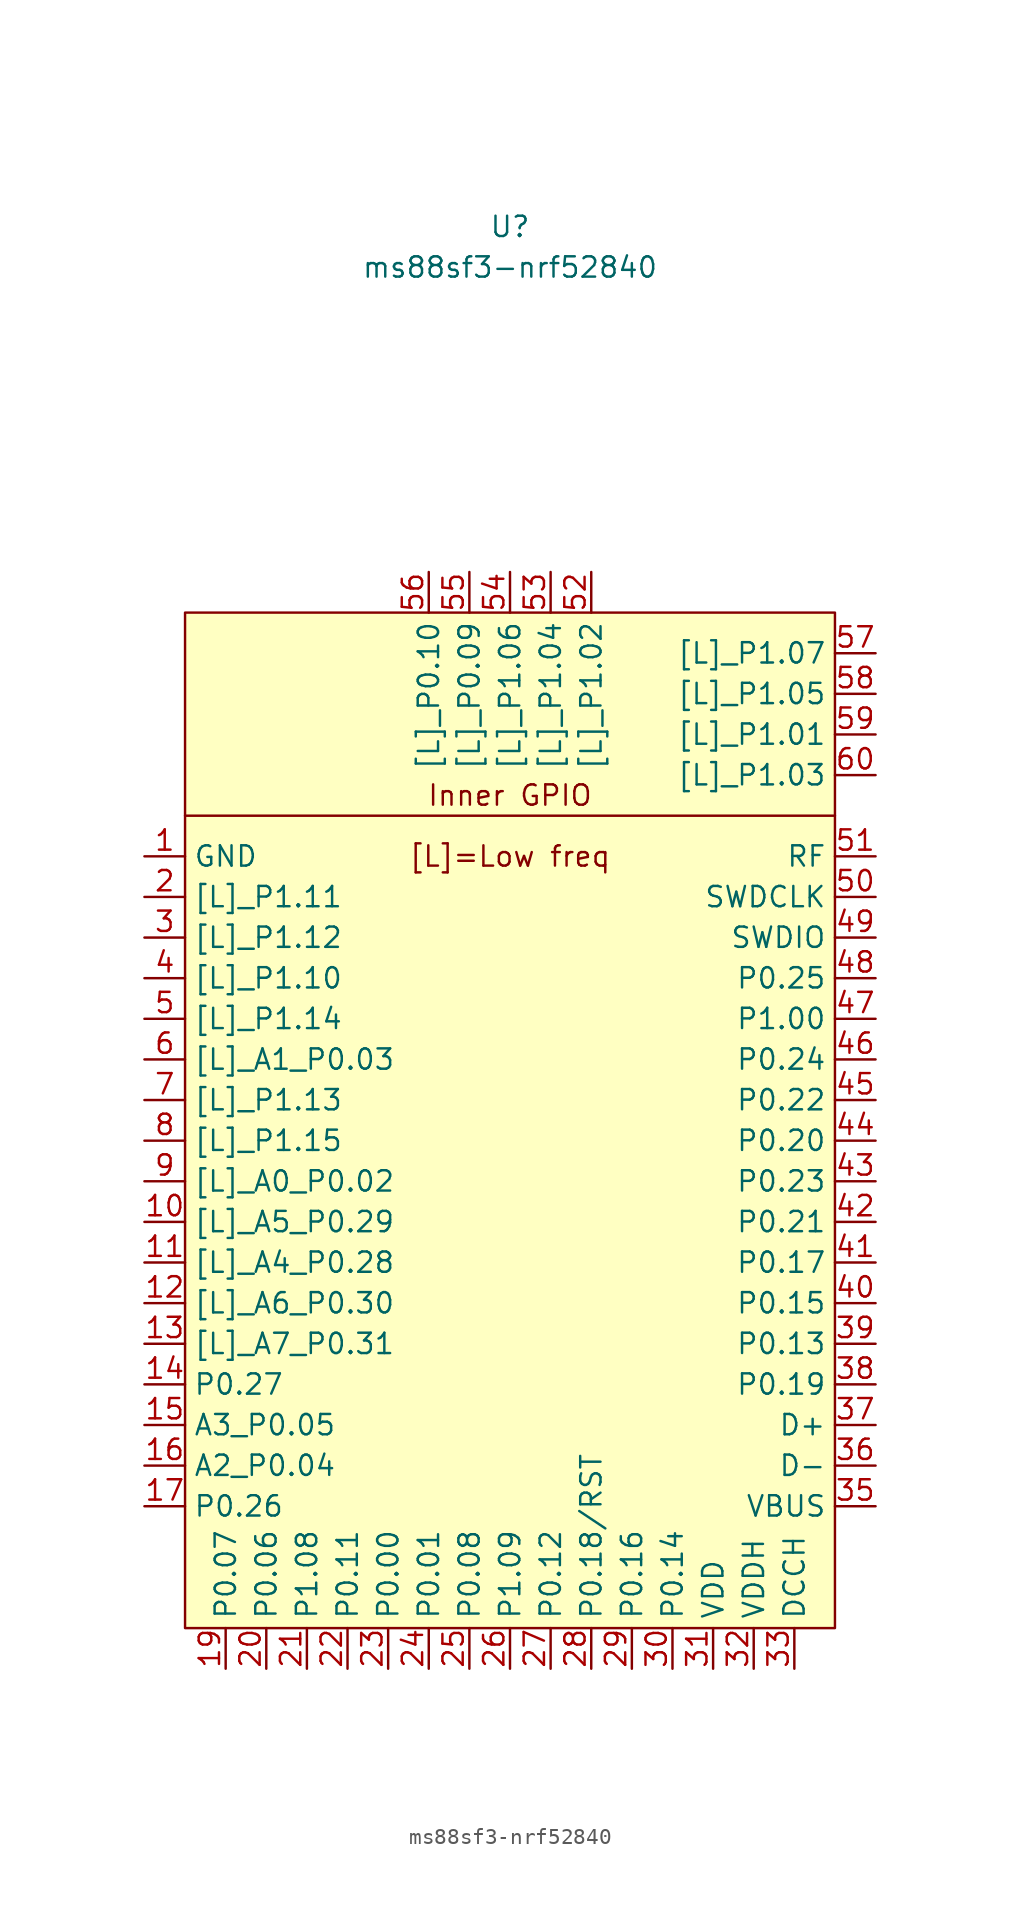
<source format=kicad_sym>
(kicad_symbol_lib
  (version 20220914)
  (generator kicad_symbol_editor)
  (symbol "ms88sf3-nrf52840"
    (property "Reference" "U"
      (at 0 53.34 0)
      (effects (font (size 1.27 1.27))))
    (property "Value" "ms88sf3-nrf52840"
      (at 0 50.8 0)
      (effects (font (size 1.27 1.27))))
    (symbol "ms88sf3-nrf52840_0_0"
      (text "[L]=Low freq" (at 0 13.97 0) (effects (font (size 1.27 1.27)))))
    (symbol "ms88sf3-nrf52840_1_1"
      (rectangle (start -20.32 29.21) (end 20.32 -34.29) (stroke (width 0.152) (type default)) (fill (type background)))
      (polyline (pts (xy -20.32 16.51) (xy 20.32 16.51)) (stroke (width 0.152) (type default)) (fill (type none)))
      (text "Inner GPIO" (at 0 17.78 0) (effects (font (size 1.27 1.27))))
      (pin power_in line (at -22.86 13.97 0) (length 2.54) (name "GND" (effects (font (size 1.27 1.27)))) (number "1" (effects (font (size 1.27 1.27)))))
      (pin bidirectional line (at -22.86 -8.89 0) (length 2.54) (name "[L]_A5_P0.29" (effects (font (size 1.27 1.27)))) (number "10" (effects (font (size 1.27 1.27)))))
      (pin bidirectional line (at -22.86 -11.43 0) (length 2.54) (name "[L]_A4_P0.28" (effects (font (size 1.27 1.27)))) (number "11" (effects (font (size 1.27 1.27)))))
      (pin bidirectional line (at -22.86 -13.97 0) (length 2.54) (name "[L]_A6_P0.30" (effects (font (size 1.27 1.27)))) (number "12" (effects (font (size 1.27 1.27)))))
      (pin bidirectional line (at -22.86 -16.51 0) (length 2.54) (name "[L]_A7_P0.31" (effects (font (size 1.27 1.27)))) (number "13" (effects (font (size 1.27 1.27)))))
      (pin bidirectional line (at -22.86 -19.05 0) (length 2.54) (name "P0.27" (effects (font (size 1.27 1.27)))) (number "14" (effects (font (size 1.27 1.27)))))
      (pin bidirectional line (at -22.86 -21.59 0) (length 2.54) (name "A3_P0.05" (effects (font (size 1.27 1.27)))) (number "15" (effects (font (size 1.27 1.27)))))
      (pin bidirectional line (at -22.86 -24.13 0) (length 2.54) (name "A2_P0.04" (effects (font (size 1.27 1.27)))) (number "16" (effects (font (size 1.27 1.27)))))
      (pin bidirectional line (at -22.86 -26.67 0) (length 2.54) (name "P0.26" (effects (font (size 1.27 1.27)))) (number "17" (effects (font (size 1.27 1.27)))))
      (pin power_in line (at -22.86 13.97 0) (length 2.54) hide (name "GND" (effects (font (size 1.27 1.27)))) (number "18" (effects (font (size 1.27 1.27)))))
      (pin bidirectional line (at -17.78 -36.83 90) (length 2.54) (name "P0.07" (effects (font (size 1.27 1.27)))) (number "19" (effects (font (size 1.27 1.27)))))
      (pin bidirectional line (at -22.86 11.43 0) (length 2.54) (name "[L]_P1.11" (effects (font (size 1.27 1.27)))) (number "2" (effects (font (size 1.27 1.27)))))
      (pin bidirectional line (at -15.24 -36.83 90) (length 2.54) (name "P0.06" (effects (font (size 1.27 1.27)))) (number "20" (effects (font (size 1.27 1.27)))))
      (pin bidirectional line (at -12.7 -36.83 90) (length 2.54) (name "P1.08" (effects (font (size 1.27 1.27)))) (number "21" (effects (font (size 1.27 1.27)))))
      (pin bidirectional line (at -10.16 -36.83 90) (length 2.54) (name "P0.11" (effects (font (size 1.27 1.27)))) (number "22" (effects (font (size 1.27 1.27)))))
      (pin bidirectional line (at -7.62 -36.83 90) (length 2.54) (name "P0.00" (effects (font (size 1.27 1.27)))) (number "23" (effects (font (size 1.27 1.27)))))
      (pin bidirectional line (at -5.08 -36.83 90) (length 2.54) (name "P0.01" (effects (font (size 1.27 1.27)))) (number "24" (effects (font (size 1.27 1.27)))))
      (pin bidirectional line (at -2.54 -36.83 90) (length 2.54) (name "P0.08" (effects (font (size 1.27 1.27)))) (number "25" (effects (font (size 1.27 1.27)))))
      (pin bidirectional line (at 0 -36.83 90) (length 2.54) (name "P1.09" (effects (font (size 1.27 1.27)))) (number "26" (effects (font (size 1.27 1.27)))))
      (pin bidirectional line (at 2.54 -36.83 90) (length 2.54) (name "P0.12" (effects (font (size 1.27 1.27)))) (number "27" (effects (font (size 1.27 1.27)))))
      (pin bidirectional line (at 5.08 -36.83 90) (length 2.54) (name "P0.18/RST" (effects (font (size 1.27 1.27)))) (number "28" (effects (font (size 1.27 1.27)))))
      (pin bidirectional line (at 7.62 -36.83 90) (length 2.54) (name "P0.16" (effects (font (size 1.27 1.27)))) (number "29" (effects (font (size 1.27 1.27)))))
      (pin bidirectional line (at -22.86 8.89 0) (length 2.54) (name "[L]_P1.12" (effects (font (size 1.27 1.27)))) (number "3" (effects (font (size 1.27 1.27)))))
      (pin bidirectional line (at 10.16 -36.83 90) (length 2.54) (name "P0.14" (effects (font (size 1.27 1.27)))) (number "30" (effects (font (size 1.27 1.27)))))
      (pin power_in line (at 12.7 -36.83 90) (length 2.54) (name "VDD" (effects (font (size 1.27 1.27)))) (number "31" (effects (font (size 1.27 1.27)))))
      (pin bidirectional line (at 15.24 -36.83 90) (length 2.54) (name "VDDH" (effects (font (size 1.27 1.27)))) (number "32" (effects (font (size 1.27 1.27)))))
      (pin bidirectional line (at 17.78 -36.83 90) (length 2.54) (name "DCCH" (effects (font (size 1.27 1.27)))) (number "33" (effects (font (size 1.27 1.27)))))
      (pin power_in line (at -22.86 13.97 0) (length 2.54) hide (name "GND" (effects (font (size 1.27 1.27)))) (number "34" (effects (font (size 1.27 1.27)))))
      (pin power_in line (at 22.86 -26.67 180) (length 2.54) (name "VBUS" (effects (font (size 1.27 1.27)))) (number "35" (effects (font (size 1.27 1.27)))))
      (pin bidirectional line (at 22.86 -24.13 180) (length 2.54) (name "D-" (effects (font (size 1.27 1.27)))) (number "36" (effects (font (size 1.27 1.27)))))
      (pin bidirectional line (at 22.86 -21.59 180) (length 2.54) (name "D+" (effects (font (size 1.27 1.27)))) (number "37" (effects (font (size 1.27 1.27)))))
      (pin bidirectional line (at 22.86 -19.05 180) (length 2.54) (name "P0.19" (effects (font (size 1.27 1.27)))) (number "38" (effects (font (size 1.27 1.27)))))
      (pin bidirectional line (at 22.86 -16.51 180) (length 2.54) (name "P0.13" (effects (font (size 1.27 1.27)))) (number "39" (effects (font (size 1.27 1.27)))))
      (pin bidirectional line (at -22.86 6.35 0) (length 2.54) (name "[L]_P1.10" (effects (font (size 1.27 1.27)))) (number "4" (effects (font (size 1.27 1.27)))))
      (pin bidirectional line (at 22.86 -13.97 180) (length 2.54) (name "P0.15" (effects (font (size 1.27 1.27)))) (number "40" (effects (font (size 1.27 1.27)))))
      (pin bidirectional line (at 22.86 -11.43 180) (length 2.54) (name "P0.17" (effects (font (size 1.27 1.27)))) (number "41" (effects (font (size 1.27 1.27)))))
      (pin bidirectional line (at 22.86 -8.89 180) (length 2.54) (name "P0.21" (effects (font (size 1.27 1.27)))) (number "42" (effects (font (size 1.27 1.27)))))
      (pin bidirectional line (at 22.86 -6.35 180) (length 2.54) (name "P0.23" (effects (font (size 1.27 1.27)))) (number "43" (effects (font (size 1.27 1.27)))))
      (pin bidirectional line (at 22.86 -3.81 180) (length 2.54) (name "P0.20" (effects (font (size 1.27 1.27)))) (number "44" (effects (font (size 1.27 1.27)))))
      (pin bidirectional line (at 22.86 -1.27 180) (length 2.54) (name "P0.22" (effects (font (size 1.27 1.27)))) (number "45" (effects (font (size 1.27 1.27)))))
      (pin bidirectional line (at 22.86 1.27 180) (length 2.54) (name "P0.24" (effects (font (size 1.27 1.27)))) (number "46" (effects (font (size 1.27 1.27)))))
      (pin bidirectional line (at 22.86 3.81 180) (length 2.54) (name "P1.00" (effects (font (size 1.27 1.27)))) (number "47" (effects (font (size 1.27 1.27)))))
      (pin bidirectional line (at 22.86 6.35 180) (length 2.54) (name "P0.25" (effects (font (size 1.27 1.27)))) (number "48" (effects (font (size 1.27 1.27)))))
      (pin bidirectional line (at 22.86 8.89 180) (length 2.54) (name "SWDIO" (effects (font (size 1.27 1.27)))) (number "49" (effects (font (size 1.27 1.27)))))
      (pin bidirectional line (at -22.86 3.81 0) (length 2.54) (name "[L]_P1.14" (effects (font (size 1.27 1.27)))) (number "5" (effects (font (size 1.27 1.27)))))
      (pin bidirectional line (at 22.86 11.43 180) (length 2.54) (name "SWDCLK" (effects (font (size 1.27 1.27)))) (number "50" (effects (font (size 1.27 1.27)))))
      (pin input line (at 22.86 13.97 180) (length 2.54) (name "RF" (effects (font (size 1.27 1.27)))) (number "51" (effects (font (size 1.27 1.27)))))
      (pin bidirectional line (at 5.08 31.75 270) (length 2.54) (name "[L]_P1.02" (effects (font (size 1.27 1.27)))) (number "52" (effects (font (size 1.27 1.27)))))
      (pin bidirectional line (at 2.54 31.75 270) (length 2.54) (name "[L]_P1.04" (effects (font (size 1.27 1.27)))) (number "53" (effects (font (size 1.27 1.27)))))
      (pin bidirectional line (at 0 31.75 270) (length 2.54) (name "[L]_P1.06" (effects (font (size 1.27 1.27)))) (number "54" (effects (font (size 1.27 1.27)))))
      (pin bidirectional line (at -2.54 31.75 270) (length 2.54) (name "[L]_P0.09" (effects (font (size 1.27 1.27)))) (number "55" (effects (font (size 1.27 1.27)))))
      (pin bidirectional line (at -5.08 31.75 270) (length 2.54) (name "[L]_P0.10" (effects (font (size 1.27 1.27)))) (number "56" (effects (font (size 1.27 1.27)))))
      (pin bidirectional line (at 22.86 26.67 180) (length 2.54) (name "[L]_P1.07" (effects (font (size 1.27 1.27)))) (number "57" (effects (font (size 1.27 1.27)))))
      (pin bidirectional line (at 22.86 24.13 180) (length 2.54) (name "[L]_P1.05" (effects (font (size 1.27 1.27)))) (number "58" (effects (font (size 1.27 1.27)))))
      (pin bidirectional line (at 22.86 21.59 180) (length 2.54) (name "[L]_P1.01" (effects (font (size 1.27 1.27)))) (number "59" (effects (font (size 1.27 1.27)))))
      (pin bidirectional line (at -22.86 1.27 0) (length 2.54) (name "[L]_A1_P0.03" (effects (font (size 1.27 1.27)))) (number "6" (effects (font (size 1.27 1.27)))))
      (pin bidirectional line (at 22.86 19.05 180) (length 2.54) (name "[L]_P1.03" (effects (font (size 1.27 1.27)))) (number "60" (effects (font (size 1.27 1.27)))))
      (pin power_in line (at -22.86 13.97 0) (length 2.54) hide (name "GND" (effects (font (size 1.27 1.27)))) (number "61" (effects (font (size 1.27 1.27)))))
      (pin power_in line (at -22.86 13.97 0) (length 2.54) hide (name "GND" (effects (font (size 1.27 1.27)))) (number "62" (effects (font (size 1.27 1.27)))))
      (pin power_in line (at -22.86 13.97 0) (length 2.54) hide (name "GND" (effects (font (size 1.27 1.27)))) (number "63" (effects (font (size 1.27 1.27)))))
      (pin power_in line (at -22.86 13.97 0) (length 2.54) hide (name "GND" (effects (font (size 1.27 1.27)))) (number "64" (effects (font (size 1.27 1.27)))))
      (pin bidirectional line (at -22.86 -1.27 0) (length 2.54) (name "[L]_P1.13" (effects (font (size 1.27 1.27)))) (number "7" (effects (font (size 1.27 1.27)))))
      (pin bidirectional line (at -22.86 -3.81 0) (length 2.54) (name "[L]_P1.15" (effects (font (size 1.27 1.27)))) (number "8" (effects (font (size 1.27 1.27)))))
      (pin bidirectional line (at -22.86 -6.35 0) (length 2.54) (name "[L]_A0_P0.02" (effects (font (size 1.27 1.27)))) (number "9" (effects (font (size 1.27 1.27))))))))
</source>
